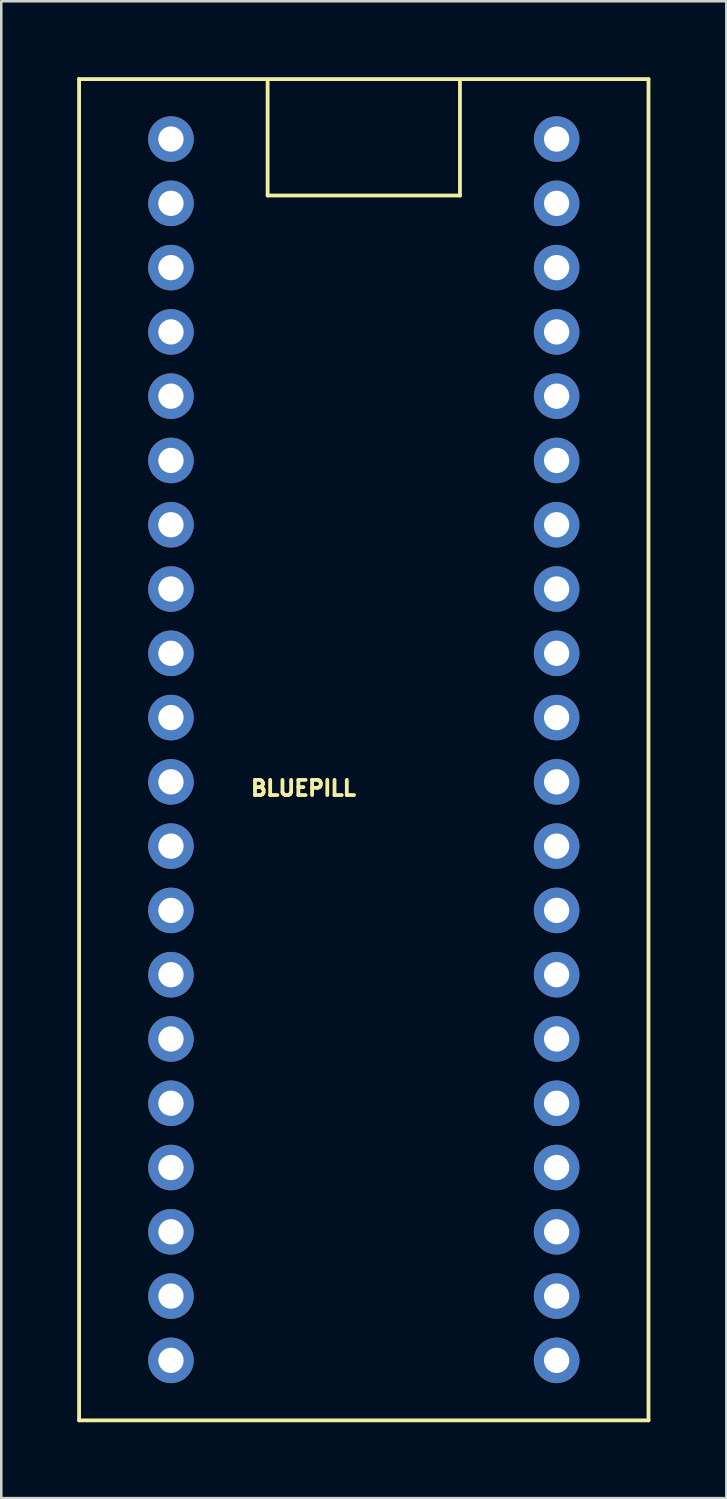
<source format=kicad_pcb>
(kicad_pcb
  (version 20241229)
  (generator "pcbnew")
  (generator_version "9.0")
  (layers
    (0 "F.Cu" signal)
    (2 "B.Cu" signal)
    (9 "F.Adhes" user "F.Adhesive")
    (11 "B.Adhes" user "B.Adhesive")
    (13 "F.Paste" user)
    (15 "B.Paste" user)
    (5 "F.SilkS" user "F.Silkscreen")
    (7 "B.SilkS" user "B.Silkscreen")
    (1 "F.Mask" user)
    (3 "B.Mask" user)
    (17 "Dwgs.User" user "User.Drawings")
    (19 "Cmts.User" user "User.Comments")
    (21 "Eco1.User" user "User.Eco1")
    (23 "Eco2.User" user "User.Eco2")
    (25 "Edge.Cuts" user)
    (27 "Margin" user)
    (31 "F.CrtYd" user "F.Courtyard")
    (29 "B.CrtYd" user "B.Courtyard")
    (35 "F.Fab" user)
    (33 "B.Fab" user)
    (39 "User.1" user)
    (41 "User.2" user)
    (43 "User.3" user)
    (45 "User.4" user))
  (footprint "BLUEPILL"
    (layer "F.Cu")
    (at 11.325 26.575)
    (property "Reference" "BLUEPILL" (at -2.385 1.522 0) (layer "F.SilkS") (effects (font (size 0.6 0.6) (thickness 0.15))))
    (attr through_hole)
    (fp_line (start -11.25 -26.5) (end 11.25 -26.5) (stroke (width 0.15) (type solid)) (layer "F.SilkS"))
    (fp_line (start -11.25 26.5) (end -11.25 -26.5) (stroke (width 0.15) (type solid)) (layer "F.SilkS"))
    (fp_line (start -3.8 -26.4) (end -3.8 -21.9) (stroke (width 0.15) (type solid)) (layer "F.SilkS"))
    (fp_line (start -3.8 -21.9) (end 3.8 -21.9) (stroke (width 0.15) (type solid)) (layer "F.SilkS"))
    (fp_line (start 3.8 -21.9) (end 3.8 -26.4) (stroke (width 0.15) (type solid)) (layer "F.SilkS"))
    (fp_line (start 11.25 -26.5) (end 11.25 26.5) (stroke (width 0.15) (type solid)) (layer "F.SilkS"))
    (fp_line (start 11.25 26.5) (end -11.25 26.5) (stroke (width 0.15) (type solid)) (layer "F.SilkS"))
    (pad "3V3" thru_hole circle (at -7.62 24.13) (size 1.8 1.8) (drill 1) (layers "*.Cu" "*.Mask"))
    (pad "3V3" thru_hole circle (at 7.62 -19.05) (size 1.8 1.8) (drill 1) (layers "*.Cu" "*.Mask"))
    (pad "5V" thru_hole circle (at -7.62 19.05) (size 1.8 1.8) (drill 1) (layers "*.Cu" "*.Mask"))
    (pad "G" thru_hole circle (at -7.62 21.59) (size 1.8 1.8) (drill 1) (layers "*.Cu" "*.Mask"))
    (pad "G" thru_hole circle (at 7.62 -24.13) (size 1.8 1.8) (drill 1) (layers "*.Cu" "*.Mask"))
    (pad "G" thru_hole circle (at 7.62 -21.59) (size 1.8 1.8) (drill 1) (layers "*.Cu" "*.Mask"))
    (pad "NRST" thru_hole circle (at 7.62 -16.51) (size 1.8 1.8) (drill 1) (layers "*.Cu" "*.Mask"))
    (pad "PA0" thru_hole circle (at 7.62 13.97) (size 1.8 1.8) (drill 1) (layers "*.Cu" "*.Mask"))
    (pad "PA1" thru_hole circle (at 7.62 11.43) (size 1.8 1.8) (drill 1) (layers "*.Cu" "*.Mask"))
    (pad "PA2" thru_hole circle (at 7.62 8.89) (size 1.8 1.8) (drill 1) (layers "*.Cu" "*.Mask"))
    (pad "PA3" thru_hole circle (at 7.62 6.35) (size 1.8 1.8) (drill 1) (layers "*.Cu" "*.Mask"))
    (pad "PA4" thru_hole circle (at 7.62 3.81) (size 1.8 1.8) (drill 1) (layers "*.Cu" "*.Mask"))
    (pad "PA5" thru_hole circle (at 7.62 1.27) (size 1.8 1.8) (drill 1) (layers "*.Cu" "*.Mask"))
    (pad "PA6" thru_hole circle (at 7.62 -1.27) (size 1.8 1.8) (drill 1) (layers "*.Cu" "*.Mask"))
    (pad "PA7" thru_hole circle (at 7.62 -3.81) (size 1.8 1.8) (drill 1) (layers "*.Cu" "*.Mask"))
    (pad "PA8" thru_hole circle (at -7.62 -13.97) (size 1.8 1.8) (drill 1) (layers "*.Cu" "*.Mask"))
    (pad "PA9" thru_hole circle (at -7.62 -11.43) (size 1.8 1.8) (drill 1) (layers "*.Cu" "*.Mask"))
    (pad "PA10" thru_hole circle (at -7.62 -8.89) (size 1.8 1.8) (drill 1) (layers "*.Cu" "*.Mask"))
    (pad "PA11" thru_hole circle (at -7.62 -6.35) (size 1.8 1.8) (drill 1) (layers "*.Cu" "*.Mask"))
    (pad "PA12" thru_hole circle (at -7.62 -3.81) (size 1.8 1.8) (drill 1) (layers "*.Cu" "*.Mask"))
    (pad "PA15" thru_hole circle (at -7.62 -1.27) (size 1.8 1.8) (drill 1) (layers "*.Cu" "*.Mask"))
    (pad "PB0" thru_hole circle (at 7.62 -6.35) (size 1.8 1.8) (drill 1) (layers "*.Cu" "*.Mask"))
    (pad "PB1" thru_hole circle (at 7.62 -8.89) (size 1.8 1.8) (drill 1) (layers "*.Cu" "*.Mask"))
    (pad "PB3" thru_hole circle (at -7.62 1.27) (size 1.8 1.8) (drill 1) (layers "*.Cu" "*.Mask"))
    (pad "PB4" thru_hole circle (at -7.62 3.81) (size 1.8 1.8) (drill 1) (layers "*.Cu" "*.Mask"))
    (pad "PB5" thru_hole circle (at -7.62 6.35) (size 1.8 1.8) (drill 1) (layers "*.Cu" "*.Mask"))
    (pad "PB6" thru_hole circle (at -7.62 8.89) (size 1.8 1.8) (drill 1) (layers "*.Cu" "*.Mask"))
    (pad "PB7" thru_hole circle (at -7.62 11.43) (size 1.8 1.8) (drill 1) (layers "*.Cu" "*.Mask"))
    (pad "PB8" thru_hole circle (at -7.62 13.97) (size 1.8 1.8) (drill 1) (layers "*.Cu" "*.Mask"))
    (pad "PB9" thru_hole circle (at -7.62 16.51) (size 1.8 1.8) (drill 1) (layers "*.Cu" "*.Mask"))
    (pad "PB10" thru_hole circle (at 7.62 -11.43) (size 1.8 1.8) (drill 1) (layers "*.Cu" "*.Mask"))
    (pad "PB11" thru_hole circle (at 7.62 -13.97) (size 1.8 1.8) (drill 1) (layers "*.Cu" "*.Mask"))
    (pad "PB12" thru_hole circle (at -7.62 -24.13) (size 1.8 1.8) (drill 1) (layers "*.Cu" "*.Mask"))
    (pad "PB13" thru_hole circle (at -7.62 -21.59) (size 1.8 1.8) (drill 1) (layers "*.Cu" "*.Mask"))
    (pad "PB14" thru_hole circle (at -7.62 -19.05) (size 1.8 1.8) (drill 1) (layers "*.Cu" "*.Mask"))
    (pad "PB15" thru_hole circle (at -7.62 -16.51) (size 1.8 1.8) (drill 1) (layers "*.Cu" "*.Mask"))
    (pad "PC13" thru_hole circle (at 7.62 21.59) (size 1.8 1.8) (drill 1) (layers "*.Cu" "*.Mask"))
    (pad "PC14" thru_hole circle (at 7.62 19.05) (size 1.8 1.8) (drill 1) (layers "*.Cu" "*.Mask"))
    (pad "PC15" thru_hole circle (at 7.62 16.51) (size 1.8 1.8) (drill 1) (layers "*.Cu" "*.Mask"))
    (pad "VBAT" thru_hole circle (at 7.62 24.13) (size 1.8 1.8) (drill 1) (layers "*.Cu" "*.Mask")))
  (gr_rect
    (start -3 -3)
    (end 25.65 56.15)
    (stroke (width 0.1) (type default))
    (fill no)
    (layer "Edge.Cuts")))
</source>
